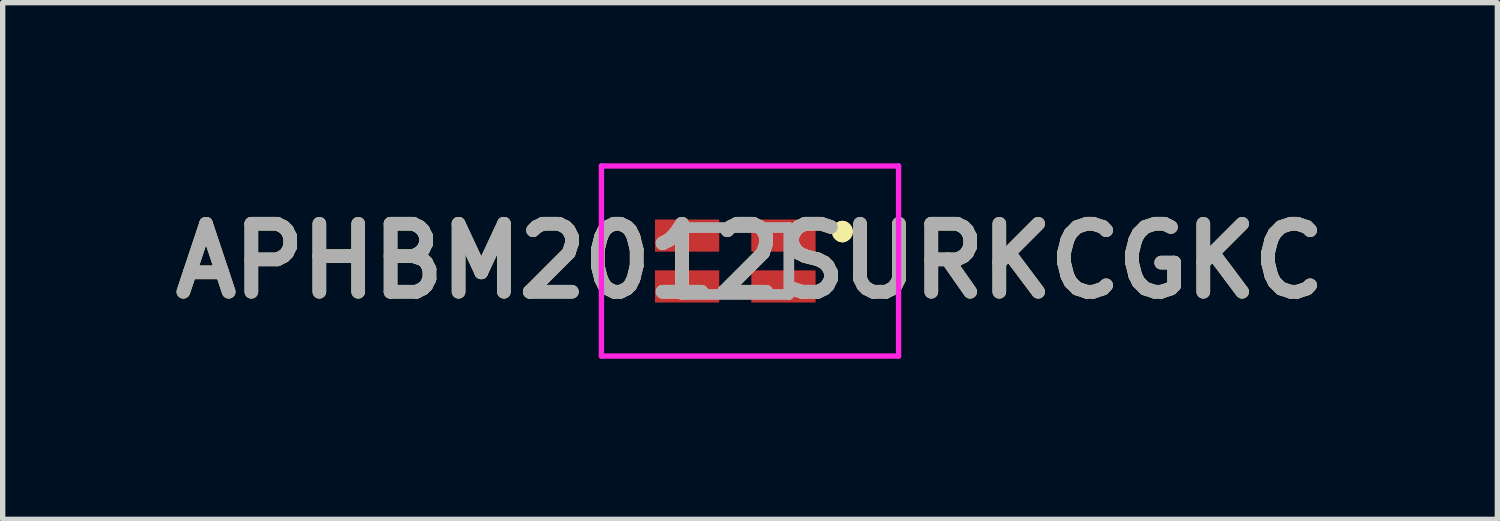
<source format=kicad_pcb>
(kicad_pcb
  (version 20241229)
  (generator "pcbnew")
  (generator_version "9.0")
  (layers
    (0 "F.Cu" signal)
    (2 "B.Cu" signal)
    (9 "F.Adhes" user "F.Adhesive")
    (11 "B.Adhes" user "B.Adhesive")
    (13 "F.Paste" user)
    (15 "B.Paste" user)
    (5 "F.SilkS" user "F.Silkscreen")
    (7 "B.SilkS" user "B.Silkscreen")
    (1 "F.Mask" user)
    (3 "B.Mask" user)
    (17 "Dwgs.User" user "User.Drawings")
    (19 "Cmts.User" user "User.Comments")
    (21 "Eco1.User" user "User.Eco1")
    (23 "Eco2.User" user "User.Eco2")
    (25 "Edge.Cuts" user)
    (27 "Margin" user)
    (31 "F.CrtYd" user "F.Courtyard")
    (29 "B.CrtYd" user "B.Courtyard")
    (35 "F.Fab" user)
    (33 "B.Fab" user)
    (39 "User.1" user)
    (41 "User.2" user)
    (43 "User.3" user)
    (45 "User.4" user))
  (footprint "APHBM2012SURKCGKC"
    (layer "F.Cu")
    (at 10.683 1.825)
    (property "Reference" "APHBM2012SURKCGKC" (at 0.275 0 0) (layer "F.SilkS") (effects (font (size 1.27 1.27) (thickness 0.254))))
    (attr smd)
    (fp_line (start 2 -0.6) (end 2 -0.6) (stroke (width 0.3) (type solid)) (layer "F.SilkS"))
    (fp_line (start 2 -0.5) (end 2 -0.5) (stroke (width 0.3) (type solid)) (layer "F.SilkS"))
    (fp_arc (start 2 -0.6) (mid 2.05 -0.55) (end 2 -0.5) (stroke (width 0.3) (type solid)) (layer "F.SilkS"))
    (fp_arc (start 2 -0.5) (mid 1.95 -0.55) (end 2 -0.6) (stroke (width 0.3) (type solid)) (layer "F.SilkS"))
    (fp_line (start -2.5 -1.775) (end 3.05 -1.775) (stroke (width 0.1) (type solid)) (layer "F.CrtYd"))
    (fp_line (start -2.5 1.775) (end -2.5 -1.775) (stroke (width 0.1) (type solid)) (layer "F.CrtYd"))
    (fp_line (start 3.05 -1.775) (end 3.05 1.775) (stroke (width 0.1) (type solid)) (layer "F.CrtYd"))
    (fp_line (start 3.05 1.775) (end -2.5 1.775) (stroke (width 0.1) (type solid)) (layer "F.CrtYd"))
    (fp_line (start -1 -0.625) (end 1 -0.625) (stroke (width 0.2) (type solid)) (layer "F.Fab"))
    (fp_line (start -1 0.625) (end -1 -0.625) (stroke (width 0.2) (type solid)) (layer "F.Fab"))
    (fp_line (start 1 -0.625) (end 1 0.625) (stroke (width 0.2) (type solid)) (layer "F.Fab"))
    (fp_line (start 1 0.625) (end -1 0.625) (stroke (width 0.2) (type solid)) (layer "F.Fab"))
    (fp_text user "${REFERENCE}" (at 0.275 0 0) (layer "F.Fab") (effects (font (size 1.27 1.27) (thickness 0.254))))
    (pad "1" smd rect (at 0.9 -0.475 90) (size 0.6 1.2) (layers "F.Cu" "F.Mask" "F.Paste"))
    (pad "2" smd rect (at -0.9 -0.475 90) (size 0.6 1.2) (layers "F.Cu" "F.Mask" "F.Paste"))
    (pad "3" smd rect (at -0.9 0.475 90) (size 0.6 1.2) (layers "F.Cu" "F.Mask" "F.Paste"))
    (pad "4" smd rect (at 0.9 0.475 90) (size 0.6 1.2) (layers "F.Cu" "F.Mask" "F.Paste")))
  (gr_rect
    (start -3 -3)
    (end 24.917 6.65)
    (stroke (width 0.1) (type default))
    (fill no)
    (layer "Edge.Cuts")))
</source>
